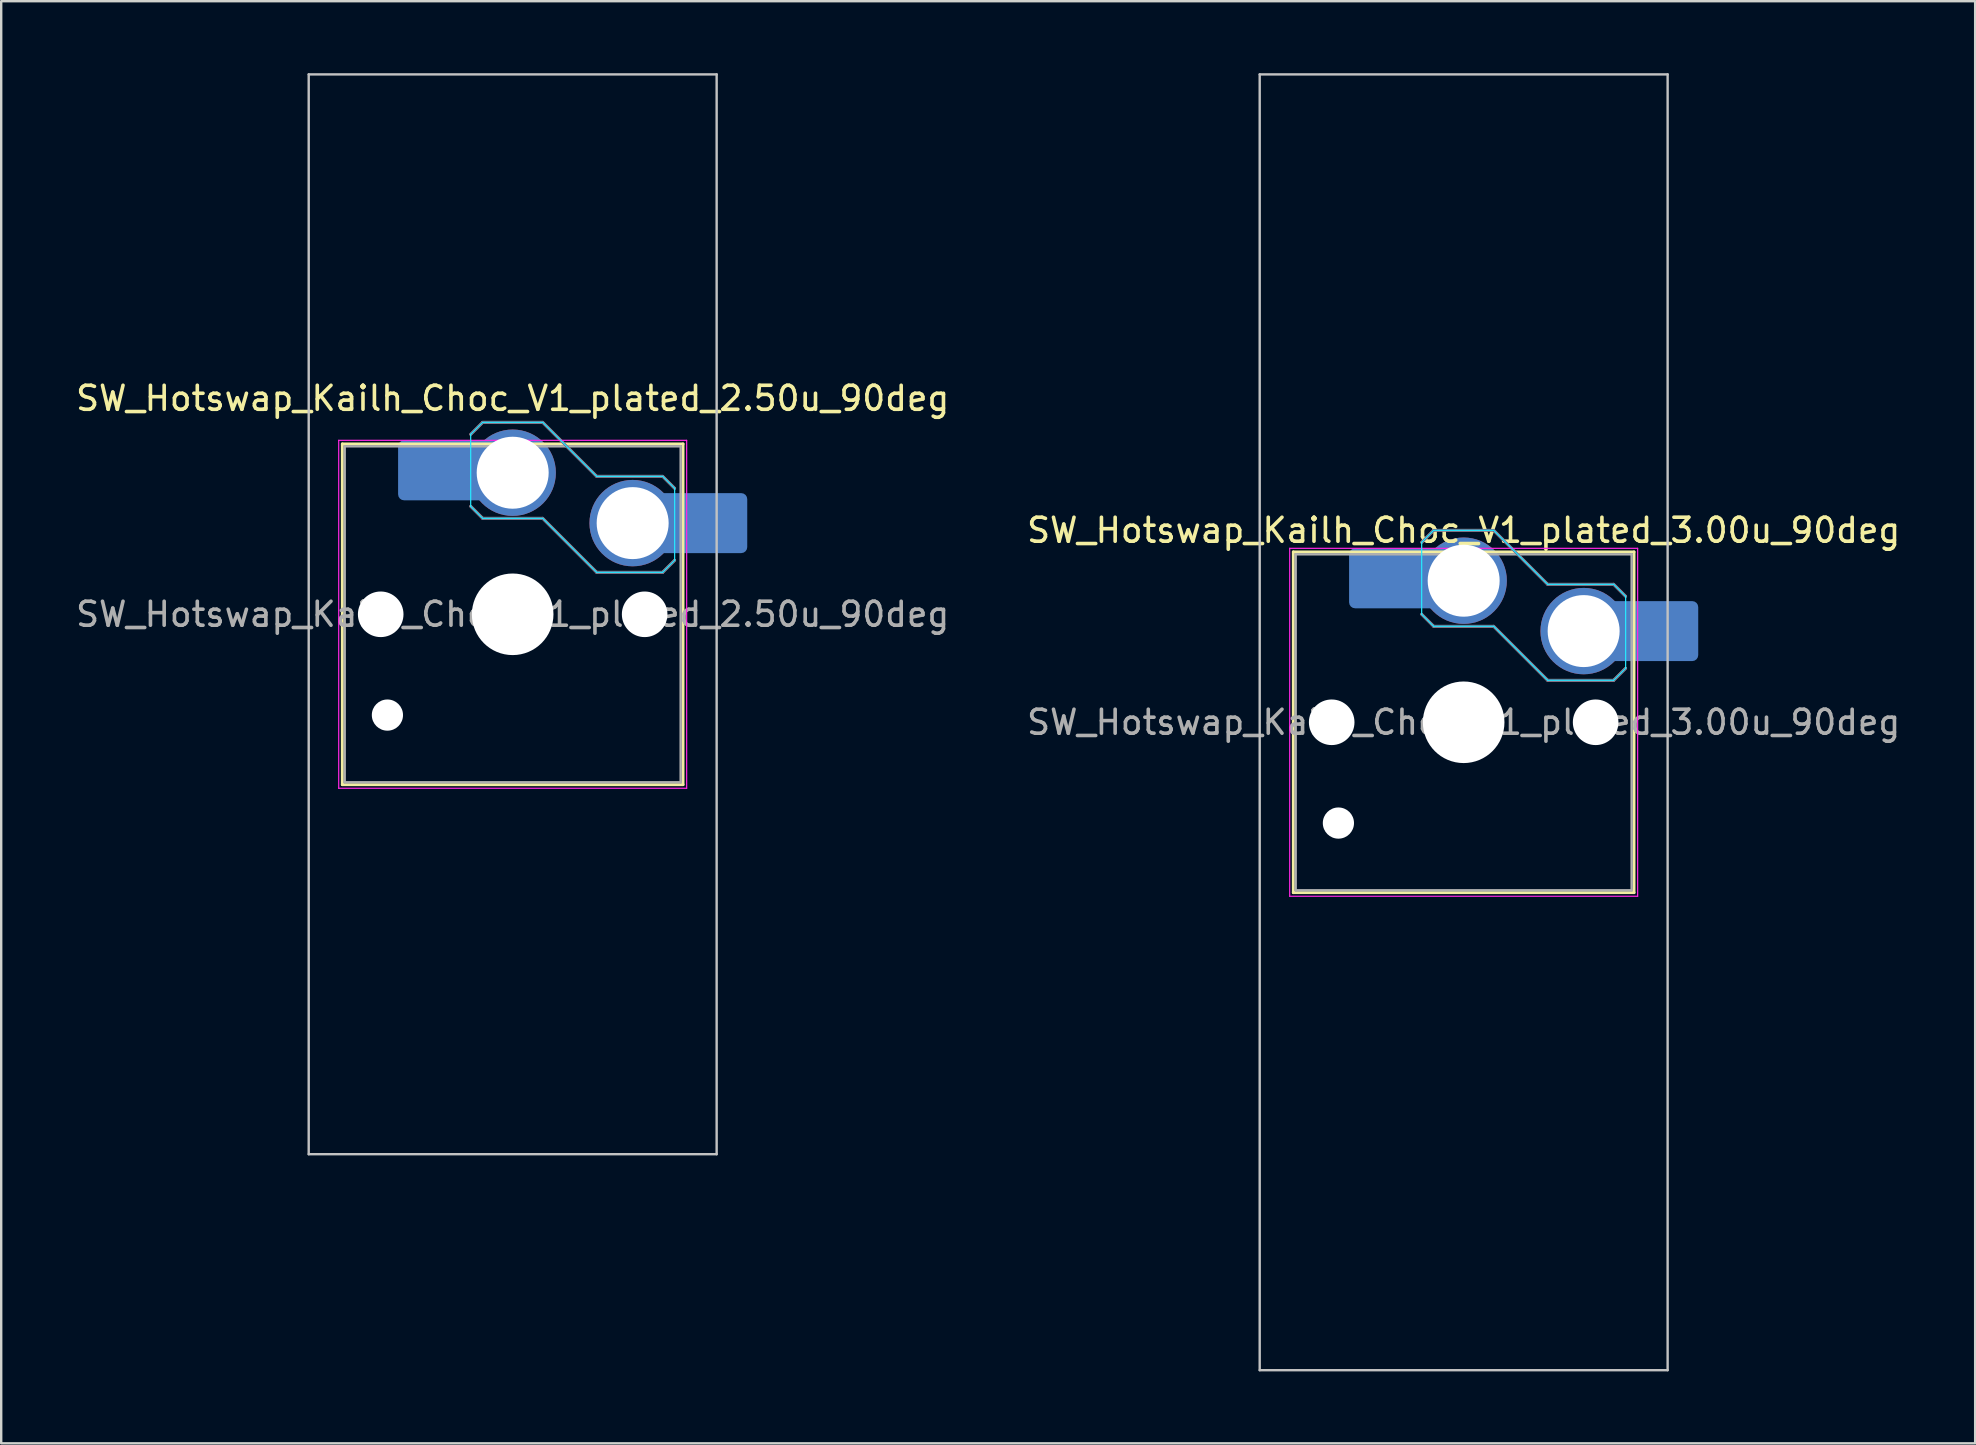
<source format=kicad_pcb>
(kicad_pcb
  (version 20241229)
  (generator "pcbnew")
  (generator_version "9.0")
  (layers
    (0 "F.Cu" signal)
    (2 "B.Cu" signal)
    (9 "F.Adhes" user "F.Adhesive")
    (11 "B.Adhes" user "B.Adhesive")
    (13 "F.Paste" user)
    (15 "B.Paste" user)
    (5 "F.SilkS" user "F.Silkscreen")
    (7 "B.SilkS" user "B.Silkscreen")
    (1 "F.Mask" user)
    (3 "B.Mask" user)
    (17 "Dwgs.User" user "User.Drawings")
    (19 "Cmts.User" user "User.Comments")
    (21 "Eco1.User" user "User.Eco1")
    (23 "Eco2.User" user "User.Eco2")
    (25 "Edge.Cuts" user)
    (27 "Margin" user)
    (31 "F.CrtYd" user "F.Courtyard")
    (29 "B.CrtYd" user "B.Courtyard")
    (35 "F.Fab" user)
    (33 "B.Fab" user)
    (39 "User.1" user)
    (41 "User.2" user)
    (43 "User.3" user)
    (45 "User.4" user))
  (footprint "SW_Hotswap_Kailh_Choc_V1_plated_3.00u_90deg"
    (layer "F.Cu")
    (at 57.946 27.05)
    (property "Reference" "SW_Hotswap_Kailh_Choc_V1_plated_3.00u_90deg" (at 0 -8 0) (layer "F.SilkS") (effects (font (size 1 1) (thickness 0.15))))
    (attr smd)
    (fp_line (start -7.1 -7.1) (end -7.1 7.1) (stroke (width 0.12) (type solid)) (layer "F.SilkS"))
    (fp_line (start -7.1 7.1) (end 7.1 7.1) (stroke (width 0.12) (type solid)) (layer "F.SilkS"))
    (fp_line (start 7.1 -7.1) (end -7.1 -7.1) (stroke (width 0.12) (type solid)) (layer "F.SilkS"))
    (fp_line (start 7.1 7.1) (end 7.1 -7.1) (stroke (width 0.12) (type solid)) (layer "F.SilkS"))
    (fp_line (start -1.75 -7.5) (end -1.25 -8) (stroke (width 0.12) (type solid)) (layer "B.SilkS"))
    (fp_line (start -1.25 -8) (end 1.25 -8) (stroke (width 0.12) (type solid)) (layer "B.SilkS"))
    (fp_line (start -1.25 -4) (end -1.75 -4.5) (stroke (width 0.12) (type solid)) (layer "B.SilkS"))
    (fp_line (start 1.25 -8) (end 3.5 -5.75) (stroke (width 0.12) (type solid)) (layer "B.SilkS"))
    (fp_line (start 1.25 -4) (end -1.25 -4) (stroke (width 0.12) (type solid)) (layer "B.SilkS"))
    (fp_line (start 3.5 -5.75) (end 6.25 -5.75) (stroke (width 0.12) (type solid)) (layer "B.SilkS"))
    (fp_line (start 3.5 -1.75) (end 1.25 -4) (stroke (width 0.12) (type solid)) (layer "B.SilkS"))
    (fp_line (start 6.25 -5.75) (end 6.75 -5.25) (stroke (width 0.12) (type solid)) (layer "B.SilkS"))
    (fp_line (start 6.25 -1.75) (end 3.5 -1.75) (stroke (width 0.12) (type solid)) (layer "B.SilkS"))
    (fp_line (start 6.75 -2.25) (end 6.25 -1.75) (stroke (width 0.12) (type solid)) (layer "B.SilkS"))
    (fp_line (start -8.5 -27) (end 8.5 -27) (stroke (width 0.1) (type solid)) (layer "Dwgs.User"))
    (fp_line (start -8.5 27) (end -8.5 -27) (stroke (width 0.1) (type solid)) (layer "Dwgs.User"))
    (fp_line (start 8.5 -27) (end 8.5 27) (stroke (width 0.1) (type solid)) (layer "Dwgs.User"))
    (fp_line (start 8.5 27) (end -8.5 27) (stroke (width 0.1) (type solid)) (layer "Dwgs.User"))
    (fp_line (start -1.75 -7.5) (end -1.25 -8) (stroke (width 0.05) (type solid)) (layer "B.CrtYd"))
    (fp_line (start -1.75 -4.5) (end -1.75 -7.5) (stroke (width 0.05) (type solid)) (layer "B.CrtYd"))
    (fp_line (start -1.25 -8) (end 1.25 -8) (stroke (width 0.05) (type solid)) (layer "B.CrtYd"))
    (fp_line (start -1.25 -4) (end -1.75 -4.5) (stroke (width 0.05) (type solid)) (layer "B.CrtYd"))
    (fp_line (start 1.25 -8) (end 3.5 -5.75) (stroke (width 0.05) (type solid)) (layer "B.CrtYd"))
    (fp_line (start 1.25 -4) (end -1.25 -4) (stroke (width 0.05) (type solid)) (layer "B.CrtYd"))
    (fp_line (start 3.5 -5.75) (end 6.25 -5.75) (stroke (width 0.05) (type solid)) (layer "B.CrtYd"))
    (fp_line (start 3.5 -1.75) (end 1.25 -4) (stroke (width 0.05) (type solid)) (layer "B.CrtYd"))
    (fp_line (start 6.25 -5.75) (end 6.75 -5.25) (stroke (width 0.05) (type solid)) (layer "B.CrtYd"))
    (fp_line (start 6.25 -1.75) (end 3.5 -1.75) (stroke (width 0.05) (type solid)) (layer "B.CrtYd"))
    (fp_line (start 6.75 -5.25) (end 6.75 -2.25) (stroke (width 0.05) (type solid)) (layer "B.CrtYd"))
    (fp_line (start 6.75 -2.25) (end 6.25 -1.75) (stroke (width 0.05) (type solid)) (layer "B.CrtYd"))
    (fp_line (start -7.25 -7.25) (end -7.25 7.25) (stroke (width 0.05) (type solid)) (layer "F.CrtYd"))
    (fp_line (start -7.25 7.25) (end 7.25 7.25) (stroke (width 0.05) (type solid)) (layer "F.CrtYd"))
    (fp_line (start 7.25 -7.25) (end -7.25 -7.25) (stroke (width 0.05) (type solid)) (layer "F.CrtYd"))
    (fp_line (start 7.25 7.25) (end 7.25 -7.25) (stroke (width 0.05) (type solid)) (layer "F.CrtYd"))
    (fp_line (start -1.75 -7.5) (end -1.25 -8) (stroke (width 0.1) (type solid)) (layer "B.Fab"))
    (fp_line (start -1.25 -8) (end 1.25 -8) (stroke (width 0.1) (type solid)) (layer "B.Fab"))
    (fp_line (start -1.25 -4) (end -1.75 -4.5) (stroke (width 0.1) (type solid)) (layer "B.Fab"))
    (fp_line (start 1.25 -8) (end 3.5 -5.75) (stroke (width 0.1) (type solid)) (layer "B.Fab"))
    (fp_line (start 1.25 -4) (end -1.25 -4) (stroke (width 0.1) (type solid)) (layer "B.Fab"))
    (fp_line (start 3.5 -5.75) (end 6.25 -5.75) (stroke (width 0.1) (type solid)) (layer "B.Fab"))
    (fp_line (start 3.5 -1.75) (end 1.25 -4) (stroke (width 0.1) (type solid)) (layer "B.Fab"))
    (fp_line (start 6.25 -5.75) (end 6.75 -5.25) (stroke (width 0.1) (type solid)) (layer "B.Fab"))
    (fp_line (start 6.25 -1.75) (end 3.5 -1.75) (stroke (width 0.1) (type solid)) (layer "B.Fab"))
    (fp_line (start 6.75 -2.25) (end 6.25 -1.75) (stroke (width 0.1) (type solid)) (layer "B.Fab"))
    (fp_line (start -7 -7) (end -7 7) (stroke (width 0.1) (type solid)) (layer "F.Fab"))
    (fp_line (start -7 7) (end 7 7) (stroke (width 0.1) (type solid)) (layer "F.Fab"))
    (fp_line (start 7 -7) (end -7 -7) (stroke (width 0.1) (type solid)) (layer "F.Fab"))
    (fp_line (start 7 7) (end 7 -7) (stroke (width 0.1) (type solid)) (layer "F.Fab"))
    (fp_text user "${REFERENCE}" (at 0 0 0) (layer "F.Fab") (effects (font (size 1 1) (thickness 0.15))))
    (pad "" np_thru_hole circle (at -5.5 0) (size 1.9 1.9) (drill 1.9) (layers "*.Cu" "*.Mask"))
    (pad "" np_thru_hole circle (at -5.22 4.2) (size 1.3 1.3) (drill 1.3) (layers "*.Cu" "*.Mask"))
    (pad "" smd roundrect (at -3.5 -6) (size 2.55 2.5) (layers "B.Mask" "B.Paste") (roundrect_rratio 0.1))
    (pad "" np_thru_hole circle (at 0 0) (size 3.4 3.4) (drill 3.4) (layers "*.Cu" "*.Mask"))
    (pad "" np_thru_hole circle (at 5.5 0) (size 1.9 1.9) (drill 1.9) (layers "*.Cu" "*.Mask"))
    (pad "" smd roundrect (at 8.5 -3.8) (size 2.55 2.5) (layers "B.Mask" "B.Paste") (roundrect_rratio 0.1))
    (pad "1" smd roundrect (at -2.85 -6) (size 3.85 2.5) (layers "B.Cu") (roundrect_rratio 0.1))
    (pad "1" thru_hole circle (at 0 -5.9) (size 3.6 3.6) (drill 3) (layers "*.Cu" "B.Mask"))
    (pad "2" thru_hole circle (at 5 -3.8) (size 3.6 3.6) (drill 3) (layers "*.Cu" "B.Mask"))
    (pad "2" smd roundrect (at 7.85 -3.8) (size 3.85 2.5) (layers "B.Cu") (roundrect_rratio 0.1)))
  (footprint "SW_Hotswap_Kailh_Choc_V1_plated_2.50u_90deg"
    (layer "F.Cu")
    (at 18.315 22.55)
    (property "Reference" "SW_Hotswap_Kailh_Choc_V1_plated_2.50u_90deg" (at 0 -9 0) (layer "F.SilkS") (effects (font (size 1 1) (thickness 0.15))))
    (attr smd)
    (fp_line (start -7.1 -7.1) (end -7.1 7.1) (stroke (width 0.12) (type solid)) (layer "F.SilkS"))
    (fp_line (start -7.1 7.1) (end 7.1 7.1) (stroke (width 0.12) (type solid)) (layer "F.SilkS"))
    (fp_line (start 7.1 -7.1) (end -7.1 -7.1) (stroke (width 0.12) (type solid)) (layer "F.SilkS"))
    (fp_line (start 7.1 7.1) (end 7.1 -7.1) (stroke (width 0.12) (type solid)) (layer "F.SilkS"))
    (fp_line (start -1.75 -7.5) (end -1.25 -8) (stroke (width 0.12) (type solid)) (layer "B.SilkS"))
    (fp_line (start -1.25 -8) (end 1.25 -8) (stroke (width 0.12) (type solid)) (layer "B.SilkS"))
    (fp_line (start -1.25 -4) (end -1.75 -4.5) (stroke (width 0.12) (type solid)) (layer "B.SilkS"))
    (fp_line (start 1.25 -8) (end 3.5 -5.75) (stroke (width 0.12) (type solid)) (layer "B.SilkS"))
    (fp_line (start 1.25 -4) (end -1.25 -4) (stroke (width 0.12) (type solid)) (layer "B.SilkS"))
    (fp_line (start 3.5 -5.75) (end 6.25 -5.75) (stroke (width 0.12) (type solid)) (layer "B.SilkS"))
    (fp_line (start 3.5 -1.75) (end 1.25 -4) (stroke (width 0.12) (type solid)) (layer "B.SilkS"))
    (fp_line (start 6.25 -5.75) (end 6.75 -5.25) (stroke (width 0.12) (type solid)) (layer "B.SilkS"))
    (fp_line (start 6.25 -1.75) (end 3.5 -1.75) (stroke (width 0.12) (type solid)) (layer "B.SilkS"))
    (fp_line (start 6.75 -2.25) (end 6.25 -1.75) (stroke (width 0.12) (type solid)) (layer "B.SilkS"))
    (fp_line (start -8.5 -22.5) (end 8.5 -22.5) (stroke (width 0.1) (type solid)) (layer "Dwgs.User"))
    (fp_line (start -8.5 22.5) (end -8.5 -22.5) (stroke (width 0.1) (type solid)) (layer "Dwgs.User"))
    (fp_line (start 8.5 -22.5) (end 8.5 22.5) (stroke (width 0.1) (type solid)) (layer "Dwgs.User"))
    (fp_line (start 8.5 22.5) (end -8.5 22.5) (stroke (width 0.1) (type solid)) (layer "Dwgs.User"))
    (fp_line (start -1.75 -7.5) (end -1.25 -8) (stroke (width 0.05) (type solid)) (layer "B.CrtYd"))
    (fp_line (start -1.75 -4.5) (end -1.75 -7.5) (stroke (width 0.05) (type solid)) (layer "B.CrtYd"))
    (fp_line (start -1.25 -8) (end 1.25 -8) (stroke (width 0.05) (type solid)) (layer "B.CrtYd"))
    (fp_line (start -1.25 -4) (end -1.75 -4.5) (stroke (width 0.05) (type solid)) (layer "B.CrtYd"))
    (fp_line (start 1.25 -8) (end 3.5 -5.75) (stroke (width 0.05) (type solid)) (layer "B.CrtYd"))
    (fp_line (start 1.25 -4) (end -1.25 -4) (stroke (width 0.05) (type solid)) (layer "B.CrtYd"))
    (fp_line (start 3.5 -5.75) (end 6.25 -5.75) (stroke (width 0.05) (type solid)) (layer "B.CrtYd"))
    (fp_line (start 3.5 -1.75) (end 1.25 -4) (stroke (width 0.05) (type solid)) (layer "B.CrtYd"))
    (fp_line (start 6.25 -5.75) (end 6.75 -5.25) (stroke (width 0.05) (type solid)) (layer "B.CrtYd"))
    (fp_line (start 6.25 -1.75) (end 3.5 -1.75) (stroke (width 0.05) (type solid)) (layer "B.CrtYd"))
    (fp_line (start 6.75 -5.25) (end 6.75 -2.25) (stroke (width 0.05) (type solid)) (layer "B.CrtYd"))
    (fp_line (start 6.75 -2.25) (end 6.25 -1.75) (stroke (width 0.05) (type solid)) (layer "B.CrtYd"))
    (fp_line (start -7.25 -7.25) (end -7.25 7.25) (stroke (width 0.05) (type solid)) (layer "F.CrtYd"))
    (fp_line (start -7.25 7.25) (end 7.25 7.25) (stroke (width 0.05) (type solid)) (layer "F.CrtYd"))
    (fp_line (start 7.25 -7.25) (end -7.25 -7.25) (stroke (width 0.05) (type solid)) (layer "F.CrtYd"))
    (fp_line (start 7.25 7.25) (end 7.25 -7.25) (stroke (width 0.05) (type solid)) (layer "F.CrtYd"))
    (fp_line (start -1.75 -7.5) (end -1.25 -8) (stroke (width 0.1) (type solid)) (layer "B.Fab"))
    (fp_line (start -1.25 -8) (end 1.25 -8) (stroke (width 0.1) (type solid)) (layer "B.Fab"))
    (fp_line (start -1.25 -4) (end -1.75 -4.5) (stroke (width 0.1) (type solid)) (layer "B.Fab"))
    (fp_line (start 1.25 -8) (end 3.5 -5.75) (stroke (width 0.1) (type solid)) (layer "B.Fab"))
    (fp_line (start 1.25 -4) (end -1.25 -4) (stroke (width 0.1) (type solid)) (layer "B.Fab"))
    (fp_line (start 3.5 -5.75) (end 6.25 -5.75) (stroke (width 0.1) (type solid)) (layer "B.Fab"))
    (fp_line (start 3.5 -1.75) (end 1.25 -4) (stroke (width 0.1) (type solid)) (layer "B.Fab"))
    (fp_line (start 6.25 -5.75) (end 6.75 -5.25) (stroke (width 0.1) (type solid)) (layer "B.Fab"))
    (fp_line (start 6.25 -1.75) (end 3.5 -1.75) (stroke (width 0.1) (type solid)) (layer "B.Fab"))
    (fp_line (start 6.75 -2.25) (end 6.25 -1.75) (stroke (width 0.1) (type solid)) (layer "B.Fab"))
    (fp_line (start -7 -7) (end -7 7) (stroke (width 0.1) (type solid)) (layer "F.Fab"))
    (fp_line (start -7 7) (end 7 7) (stroke (width 0.1) (type solid)) (layer "F.Fab"))
    (fp_line (start 7 -7) (end -7 -7) (stroke (width 0.1) (type solid)) (layer "F.Fab"))
    (fp_line (start 7 7) (end 7 -7) (stroke (width 0.1) (type solid)) (layer "F.Fab"))
    (fp_text user "${REFERENCE}" (at 0 0 0) (layer "F.Fab") (effects (font (size 1 1) (thickness 0.15))))
    (pad "" np_thru_hole circle (at -5.5 0) (size 1.9 1.9) (drill 1.9) (layers "*.Cu" "*.Mask"))
    (pad "" np_thru_hole circle (at -5.22 4.2) (size 1.3 1.3) (drill 1.3) (layers "*.Cu" "*.Mask"))
    (pad "" smd roundrect (at -3.5 -6) (size 2.55 2.5) (layers "B.Mask" "B.Paste") (roundrect_rratio 0.1))
    (pad "" np_thru_hole circle (at 0 0) (size 3.4 3.4) (drill 3.4) (layers "*.Cu" "*.Mask"))
    (pad "" np_thru_hole circle (at 5.5 0) (size 1.9 1.9) (drill 1.9) (layers "*.Cu" "*.Mask"))
    (pad "" smd roundrect (at 8.5 -3.8) (size 2.55 2.5) (layers "B.Mask" "B.Paste") (roundrect_rratio 0.1))
    (pad "1" smd roundrect (at -2.85 -6) (size 3.85 2.5) (layers "B.Cu") (roundrect_rratio 0.1))
    (pad "1" thru_hole circle (at 0 -5.9) (size 3.6 3.6) (drill 3) (layers "*.Cu" "B.Mask"))
    (pad "2" thru_hole circle (at 5 -3.8) (size 3.6 3.6) (drill 3) (layers "*.Cu" "B.Mask"))
    (pad "2" smd roundrect (at 7.85 -3.8) (size 3.85 2.5) (layers "B.Cu") (roundrect_rratio 0.1)))
  (gr_rect
    (start -3 -3)
    (end 79.262 57.1)
    (stroke (width 0.1) (type default))
    (fill no)
    (layer "Edge.Cuts")))
</source>
